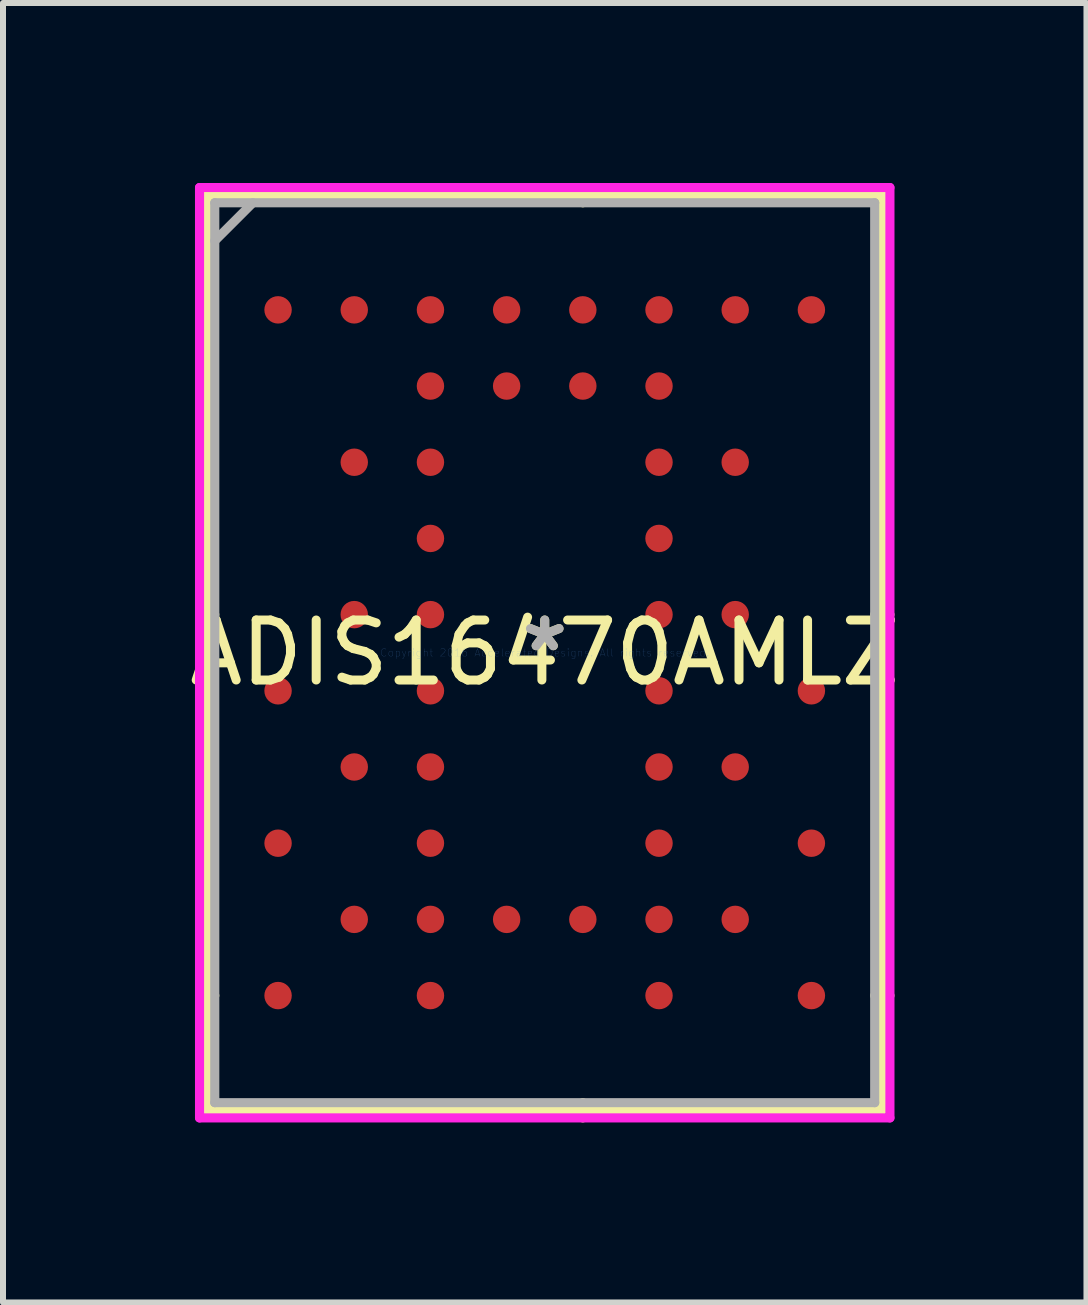
<source format=kicad_pcb>
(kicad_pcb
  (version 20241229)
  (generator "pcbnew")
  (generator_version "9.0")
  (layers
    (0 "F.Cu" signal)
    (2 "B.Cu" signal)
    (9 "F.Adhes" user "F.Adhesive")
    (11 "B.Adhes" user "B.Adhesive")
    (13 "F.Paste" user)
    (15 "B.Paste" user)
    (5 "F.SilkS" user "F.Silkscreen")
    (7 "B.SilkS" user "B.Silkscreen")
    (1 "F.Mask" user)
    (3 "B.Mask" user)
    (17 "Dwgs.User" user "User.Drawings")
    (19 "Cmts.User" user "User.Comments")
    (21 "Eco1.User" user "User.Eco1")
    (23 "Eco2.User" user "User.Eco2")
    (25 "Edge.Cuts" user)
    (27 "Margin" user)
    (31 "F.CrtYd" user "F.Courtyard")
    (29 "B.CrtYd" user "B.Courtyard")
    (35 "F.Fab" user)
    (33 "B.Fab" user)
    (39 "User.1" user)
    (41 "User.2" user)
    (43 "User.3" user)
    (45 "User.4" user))
  (footprint "ADIS16470AMLZ"
    (layer "F.Cu")
    (at 6.03 7.83)
    (property "Reference" "ADIS16470AMLZ" (at 0 0 0) (layer "F.SilkS") (effects (font (size 1 1) (thickness 0.15))))
    (attr through_hole)
    (fp_line (start -5.627 -7.627) (end -5.627 7.627) (stroke (width 0.152) (type solid)) (layer "F.SilkS"))
    (fp_line (start -5.627 7.627) (end 5.627 7.627) (stroke (width 0.152) (type solid)) (layer "F.SilkS"))
    (fp_line (start -5.5 -0.635) (end -5.754 -0.635) (stroke (width 0.152) (type solid)) (layer "F.SilkS"))
    (fp_line (start -5.5 5.715) (end -5.754 5.715) (stroke (width 0.152) (type solid)) (layer "F.SilkS"))
    (fp_line (start 0.635 -7.5) (end 0.635 -7.754) (stroke (width 0.152) (type solid)) (layer "F.SilkS"))
    (fp_line (start 0.635 7.5) (end 0.635 7.754) (stroke (width 0.152) (type solid)) (layer "F.SilkS"))
    (fp_line (start 5.5 -0.635) (end 5.754 -0.635) (stroke (width 0.152) (type solid)) (layer "F.SilkS"))
    (fp_line (start 5.5 5.715) (end 5.754 5.715) (stroke (width 0.152) (type solid)) (layer "F.SilkS"))
    (fp_line (start 5.627 -7.627) (end -5.627 -7.627) (stroke (width 0.152) (type solid)) (layer "F.SilkS"))
    (fp_line (start 5.627 7.627) (end 5.627 -7.627) (stroke (width 0.152) (type solid)) (layer "F.SilkS"))
    (fp_line (start -5.754 -7.754) (end 5.754 -7.754) (stroke (width 0.152) (type solid)) (layer "F.CrtYd"))
    (fp_line (start -5.754 7.754) (end -5.754 -7.754) (stroke (width 0.152) (type solid)) (layer "F.CrtYd"))
    (fp_line (start 5.754 -7.754) (end 5.754 7.754) (stroke (width 0.152) (type solid)) (layer "F.CrtYd"))
    (fp_line (start 5.754 7.754) (end -5.754 7.754) (stroke (width 0.152) (type solid)) (layer "F.CrtYd"))
    (fp_line (start -5.5 -7.5) (end -5.5 7.5) (stroke (width 0.152) (type solid)) (layer "F.Fab"))
    (fp_line (start -5.5 7.5) (end 5.5 7.5) (stroke (width 0.152) (type solid)) (layer "F.Fab"))
    (fp_line (start -4.865 -7.5) (end -5.5 -6.865) (stroke (width 0.152) (type solid)) (layer "F.Fab"))
    (fp_line (start 5.5 -7.5) (end -5.5 -7.5) (stroke (width 0.152) (type solid)) (layer "F.Fab"))
    (fp_line (start 5.5 7.5) (end 5.5 -7.5) (stroke (width 0.152) (type solid)) (layer "F.Fab"))
    (fp_text user "*" (at 0 0 0) (layer "F.SilkS") (effects (font (size 1 1) (thickness 0.15))))
    (fp_text user "Copyright 2016 Accelerated Designs. All rights reserved." (at 0 0 0) (layer "Cmts.User") (effects (font (size 0.127 0.127) (thickness 0.002))))
    (fp_text user "*" (at 0 0 0) (layer "F.Fab") (effects (font (size 1 1) (thickness 0.15))))
    (pad "A1" smd circle (at -4.445 -5.715) (size 0.457 0.457) (layers "F.Cu" "F.Mask" "F.Paste"))
    (pad "A2" smd circle (at -3.175 -5.715) (size 0.457 0.457) (layers "F.Cu" "F.Mask" "F.Paste"))
    (pad "A3" smd circle (at -1.905 -5.715) (size 0.457 0.457) (layers "F.Cu" "F.Mask" "F.Paste"))
    (pad "A4" smd circle (at -0.635 -5.715) (size 0.457 0.457) (layers "F.Cu" "F.Mask" "F.Paste"))
    (pad "A5" smd circle (at 0.635 -5.715) (size 0.457 0.457) (layers "F.Cu" "F.Mask" "F.Paste"))
    (pad "A6" smd circle (at 1.905 -5.715) (size 0.457 0.457) (layers "F.Cu" "F.Mask" "F.Paste"))
    (pad "A7" smd circle (at 3.175 -5.715) (size 0.457 0.457) (layers "F.Cu" "F.Mask" "F.Paste"))
    (pad "A8" smd circle (at 4.445 -5.715) (size 0.457 0.457) (layers "F.Cu" "F.Mask" "F.Paste"))
    (pad "B3" smd circle (at -1.905 -4.445) (size 0.457 0.457) (layers "F.Cu" "F.Mask" "F.Paste"))
    (pad "B4" smd circle (at -0.635 -4.445) (size 0.457 0.457) (layers "F.Cu" "F.Mask" "F.Paste"))
    (pad "B5" smd circle (at 0.635 -4.445) (size 0.457 0.457) (layers "F.Cu" "F.Mask" "F.Paste"))
    (pad "B6" smd circle (at 1.905 -4.445) (size 0.457 0.457) (layers "F.Cu" "F.Mask" "F.Paste"))
    (pad "C2" smd circle (at -3.175 -3.175) (size 0.457 0.457) (layers "F.Cu" "F.Mask" "F.Paste"))
    (pad "C3" smd circle (at -1.905 -3.175) (size 0.457 0.457) (layers "F.Cu" "F.Mask" "F.Paste"))
    (pad "C6" smd circle (at 1.905 -3.175) (size 0.457 0.457) (layers "F.Cu" "F.Mask" "F.Paste"))
    (pad "C7" smd circle (at 3.175 -3.175) (size 0.457 0.457) (layers "F.Cu" "F.Mask" "F.Paste"))
    (pad "D3" smd circle (at -1.905 -1.905) (size 0.457 0.457) (layers "F.Cu" "F.Mask" "F.Paste"))
    (pad "D6" smd circle (at 1.905 -1.905) (size 0.457 0.457) (layers "F.Cu" "F.Mask" "F.Paste"))
    (pad "E2" smd circle (at -3.175 -0.635) (size 0.457 0.457) (layers "F.Cu" "F.Mask" "F.Paste"))
    (pad "E3" smd circle (at -1.905 -0.635) (size 0.457 0.457) (layers "F.Cu" "F.Mask" "F.Paste"))
    (pad "E6" smd circle (at 1.905 -0.635) (size 0.457 0.457) (layers "F.Cu" "F.Mask" "F.Paste"))
    (pad "E7" smd circle (at 3.175 -0.635) (size 0.457 0.457) (layers "F.Cu" "F.Mask" "F.Paste"))
    (pad "F1" smd circle (at -4.445 0.635) (size 0.457 0.457) (layers "F.Cu" "F.Mask" "F.Paste"))
    (pad "F3" smd circle (at -1.905 0.635) (size 0.457 0.457) (layers "F.Cu" "F.Mask" "F.Paste"))
    (pad "F6" smd circle (at 1.905 0.635) (size 0.457 0.457) (layers "F.Cu" "F.Mask" "F.Paste"))
    (pad "F8" smd circle (at 4.445 0.635) (size 0.457 0.457) (layers "F.Cu" "F.Mask" "F.Paste"))
    (pad "G2" smd circle (at -3.175 1.905) (size 0.457 0.457) (layers "F.Cu" "F.Mask" "F.Paste"))
    (pad "G3" smd circle (at -1.905 1.905) (size 0.457 0.457) (layers "F.Cu" "F.Mask" "F.Paste"))
    (pad "G6" smd circle (at 1.905 1.905) (size 0.457 0.457) (layers "F.Cu" "F.Mask" "F.Paste"))
    (pad "G7" smd circle (at 3.175 1.905) (size 0.457 0.457) (layers "F.Cu" "F.Mask" "F.Paste"))
    (pad "H1" smd circle (at -4.445 3.175) (size 0.457 0.457) (layers "F.Cu" "F.Mask" "F.Paste"))
    (pad "H3" smd circle (at -1.905 3.175) (size 0.457 0.457) (layers "F.Cu" "F.Mask" "F.Paste"))
    (pad "H6" smd circle (at 1.905 3.175) (size 0.457 0.457) (layers "F.Cu" "F.Mask" "F.Paste"))
    (pad "H8" smd circle (at 4.445 3.175) (size 0.457 0.457) (layers "F.Cu" "F.Mask" "F.Paste"))
    (pad "J2" smd circle (at -3.175 4.445) (size 0.457 0.457) (layers "F.Cu" "F.Mask" "F.Paste"))
    (pad "J3" smd circle (at -1.905 4.445) (size 0.457 0.457) (layers "F.Cu" "F.Mask" "F.Paste"))
    (pad "J4" smd circle (at -0.635 4.445) (size 0.457 0.457) (layers "F.Cu" "F.Mask" "F.Paste"))
    (pad "J5" smd circle (at 0.635 4.445) (size 0.457 0.457) (layers "F.Cu" "F.Mask" "F.Paste"))
    (pad "J6" smd circle (at 1.905 4.445) (size 0.457 0.457) (layers "F.Cu" "F.Mask" "F.Paste"))
    (pad "J7" smd circle (at 3.175 4.445) (size 0.457 0.457) (layers "F.Cu" "F.Mask" "F.Paste"))
    (pad "K1" smd circle (at -4.445 5.715) (size 0.457 0.457) (layers "F.Cu" "F.Mask" "F.Paste"))
    (pad "K3" smd circle (at -1.905 5.715) (size 0.457 0.457) (layers "F.Cu" "F.Mask" "F.Paste"))
    (pad "K6" smd circle (at 1.905 5.715) (size 0.457 0.457) (layers "F.Cu" "F.Mask" "F.Paste"))
    (pad "K8" smd circle (at 4.445 5.715) (size 0.457 0.457) (layers "F.Cu" "F.Mask" "F.Paste")))
  (gr_rect
    (start -3 -3)
    (end 15.06 18.66)
    (stroke (width 0.1) (type default))
    (fill no)
    (layer "Edge.Cuts")))
</source>
